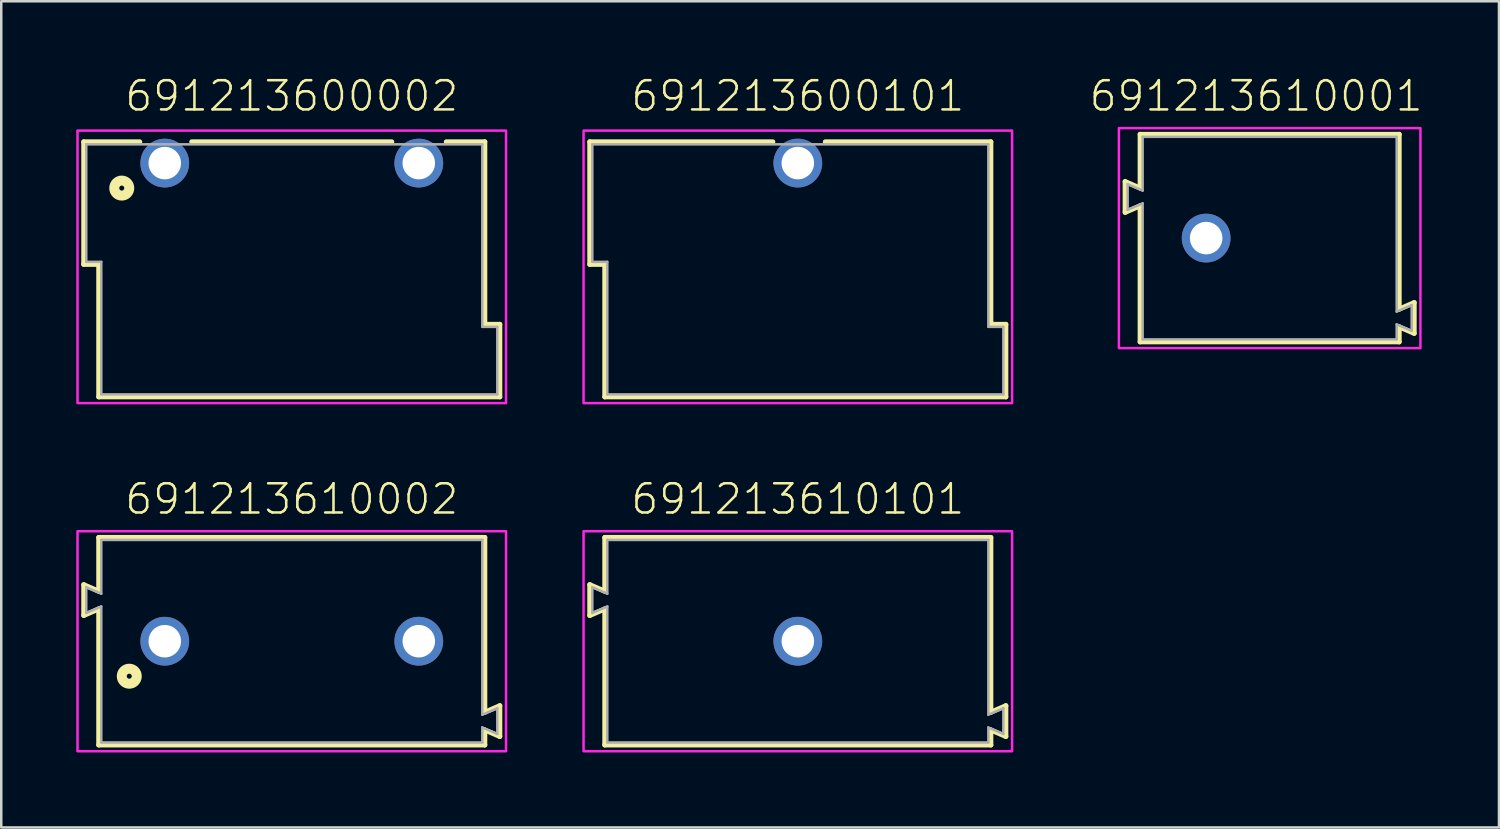
<source format=kicad_pcb>
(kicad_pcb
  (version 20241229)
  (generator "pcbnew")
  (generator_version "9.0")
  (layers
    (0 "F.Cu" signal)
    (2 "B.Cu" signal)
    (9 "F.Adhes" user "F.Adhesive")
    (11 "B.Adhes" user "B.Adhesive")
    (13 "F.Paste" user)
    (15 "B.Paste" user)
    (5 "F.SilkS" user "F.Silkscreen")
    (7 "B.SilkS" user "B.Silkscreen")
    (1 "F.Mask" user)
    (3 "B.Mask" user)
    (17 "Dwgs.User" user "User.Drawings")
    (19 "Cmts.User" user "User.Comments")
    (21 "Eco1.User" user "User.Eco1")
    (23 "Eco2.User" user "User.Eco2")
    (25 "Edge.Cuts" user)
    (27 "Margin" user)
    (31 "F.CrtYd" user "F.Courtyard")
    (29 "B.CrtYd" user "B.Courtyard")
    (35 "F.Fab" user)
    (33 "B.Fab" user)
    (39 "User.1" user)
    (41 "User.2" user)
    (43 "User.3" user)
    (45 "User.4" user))
  (footprint "691213610101"
    (layer "F.Cu")
    (at 28.86 22.596)
    (property "Reference" "691213610101" (at 0 -5 0) (unlocked yes) (layer "F.SilkS") (effects (font (size 1.168 1.168) (thickness 0.102)) (justify bottom)))
    (fp_line (start -8.32 -2.26) (end -7.72 -2) (stroke (width 0.2) (type solid)) (layer "F.SilkS"))
    (fp_line (start -8.32 -1.03) (end -8.32 -2.26) (stroke (width 0.2) (type solid)) (layer "F.SilkS"))
    (fp_line (start -7.72 -4.15) (end 7.72 -4.15) (stroke (width 0.2) (type solid)) (layer "F.SilkS"))
    (fp_line (start -7.72 -2) (end -7.72 -4.15) (stroke (width 0.2) (type solid)) (layer "F.SilkS"))
    (fp_line (start -7.72 -1.29) (end -8.32 -1.03) (stroke (width 0.2) (type solid)) (layer "F.SilkS"))
    (fp_line (start -7.72 4.15) (end -7.72 -1.29) (stroke (width 0.2) (type solid)) (layer "F.SilkS"))
    (fp_line (start 7.72 -4.15) (end 7.72 2.84) (stroke (width 0.2) (type solid)) (layer "F.SilkS"))
    (fp_line (start 7.72 2.84) (end 8.32 2.58) (stroke (width 0.2) (type solid)) (layer "F.SilkS"))
    (fp_line (start 7.72 3.55) (end 7.72 4.15) (stroke (width 0.2) (type solid)) (layer "F.SilkS"))
    (fp_line (start 7.72 4.15) (end -7.72 4.15) (stroke (width 0.2) (type solid)) (layer "F.SilkS"))
    (fp_line (start 8.32 2.58) (end 8.32 3.81) (stroke (width 0.2) (type solid)) (layer "F.SilkS"))
    (fp_line (start 8.32 3.81) (end 7.72 3.55) (stroke (width 0.2) (type solid)) (layer "F.SilkS"))
    (fp_poly (pts (xy 8.57 4.4) (xy -8.57 4.4) (xy -8.57 -4.4) (xy 8.57 -4.4)) (stroke (width 0.1) (type default)) (fill no) (layer "F.CrtYd"))
    (fp_line (start -8.22 -1.13) (end -8.22 -2.16) (stroke (width 0.1) (type solid)) (layer "F.Fab"))
    (fp_line (start -8.22 -1.13) (end -7.62 -1.39) (stroke (width 0.1) (type solid)) (layer "F.Fab"))
    (fp_line (start -7.62 -1.9) (end -8.22 -2.16) (stroke (width 0.1) (type solid)) (layer "F.Fab"))
    (fp_line (start -7.62 -1.9) (end -7.62 -4.05) (stroke (width 0.1) (type solid)) (layer "F.Fab"))
    (fp_line (start -7.62 4.05) (end -7.62 -1.39) (stroke (width 0.1) (type solid)) (layer "F.Fab"))
    (fp_line (start 7.62 -4.05) (end -7.62 -4.05) (stroke (width 0.1) (type solid)) (layer "F.Fab"))
    (fp_line (start 7.62 -4.05) (end 7.62 2.94) (stroke (width 0.1) (type solid)) (layer "F.Fab"))
    (fp_line (start 7.62 2.94) (end 8.22 2.68) (stroke (width 0.1) (type solid)) (layer "F.Fab"))
    (fp_line (start 7.62 3.45) (end 7.62 4.05) (stroke (width 0.1) (type solid)) (layer "F.Fab"))
    (fp_line (start 7.62 3.45) (end 8.22 3.71) (stroke (width 0.1) (type solid)) (layer "F.Fab"))
    (fp_line (start 7.62 4.05) (end -7.62 4.05) (stroke (width 0.1) (type solid)) (layer "F.Fab"))
    (fp_line (start 8.22 3.71) (end 8.22 2.68) (stroke (width 0.1) (type solid)) (layer "F.Fab"))
    (pad "1" thru_hole circle (at 0 0 180) (size 1.95 1.95) (drill 1.3) (layers "*.Cu" "*.Mask")))
  (footprint "691213610002"
    (layer "F.Cu")
    (at 8.62 22.596)
    (property "Reference" "691213610002" (at 0 -5 0) (unlocked yes) (layer "F.SilkS") (effects (font (size 1.168 1.168) (thickness 0.102)) (justify bottom)))
    (fp_line (start -8.32 -2.26) (end -7.72 -2) (stroke (width 0.2) (type solid)) (layer "F.SilkS"))
    (fp_line (start -8.32 -1.03) (end -8.32 -2.26) (stroke (width 0.2) (type solid)) (layer "F.SilkS"))
    (fp_line (start -7.72 -4.15) (end 7.72 -4.15) (stroke (width 0.2) (type solid)) (layer "F.SilkS"))
    (fp_line (start -7.72 -2) (end -7.72 -4.15) (stroke (width 0.2) (type solid)) (layer "F.SilkS"))
    (fp_line (start -7.72 -1.29) (end -8.32 -1.03) (stroke (width 0.2) (type solid)) (layer "F.SilkS"))
    (fp_line (start -7.72 4.15) (end -7.72 -1.29) (stroke (width 0.2) (type solid)) (layer "F.SilkS"))
    (fp_line (start 7.72 -4.15) (end 7.72 2.84) (stroke (width 0.2) (type solid)) (layer "F.SilkS"))
    (fp_line (start 7.72 2.84) (end 8.32 2.58) (stroke (width 0.2) (type solid)) (layer "F.SilkS"))
    (fp_line (start 7.72 3.55) (end 7.72 4.15) (stroke (width 0.2) (type solid)) (layer "F.SilkS"))
    (fp_line (start 7.72 4.15) (end -7.72 4.15) (stroke (width 0.2) (type solid)) (layer "F.SilkS"))
    (fp_line (start 8.32 2.58) (end 8.32 3.81) (stroke (width 0.2) (type solid)) (layer "F.SilkS"))
    (fp_line (start 8.32 3.81) (end 7.72 3.55) (stroke (width 0.2) (type solid)) (layer "F.SilkS"))
    (fp_circle (center -6.5 1.4) (end -6.4 1.4) (stroke (width 0.4) (type solid)) (fill no) (layer "F.SilkS"))
    (fp_poly (pts (xy 8.57 4.4) (xy -8.57 4.4) (xy -8.57 -4.4) (xy 8.57 -4.4)) (stroke (width 0.1) (type default)) (fill no) (layer "F.CrtYd"))
    (fp_line (start -8.22 -1.13) (end -8.22 -2.16) (stroke (width 0.1) (type solid)) (layer "F.Fab"))
    (fp_line (start -8.22 -1.13) (end -7.62 -1.39) (stroke (width 0.1) (type solid)) (layer "F.Fab"))
    (fp_line (start -7.62 -1.9) (end -8.22 -2.16) (stroke (width 0.1) (type solid)) (layer "F.Fab"))
    (fp_line (start -7.62 -1.9) (end -7.62 -4.05) (stroke (width 0.1) (type solid)) (layer "F.Fab"))
    (fp_line (start -7.62 4.05) (end -7.62 -1.39) (stroke (width 0.1) (type solid)) (layer "F.Fab"))
    (fp_line (start 7.62 -4.05) (end -7.62 -4.05) (stroke (width 0.1) (type solid)) (layer "F.Fab"))
    (fp_line (start 7.62 -4.05) (end 7.62 2.94) (stroke (width 0.1) (type solid)) (layer "F.Fab"))
    (fp_line (start 7.62 2.94) (end 8.22 2.68) (stroke (width 0.1) (type solid)) (layer "F.Fab"))
    (fp_line (start 7.62 3.45) (end 7.62 4.05) (stroke (width 0.1) (type solid)) (layer "F.Fab"))
    (fp_line (start 7.62 3.45) (end 8.22 3.71) (stroke (width 0.1) (type solid)) (layer "F.Fab"))
    (fp_line (start 7.62 4.05) (end -7.62 4.05) (stroke (width 0.1) (type solid)) (layer "F.Fab"))
    (fp_line (start 8.22 3.71) (end 8.22 2.68) (stroke (width 0.1) (type solid)) (layer "F.Fab"))
    (pad "1" thru_hole circle (at -5.08 0 180) (size 1.95 1.95) (drill 1.3) (layers "*.Cu" "*.Mask"))
    (pad "2" thru_hole circle (at 5.08 0 180) (size 1.95 1.95) (drill 1.3) (layers "*.Cu" "*.Mask")))
  (footprint "691213600101"
    (layer "F.Cu")
    (at 28.86 3.473)
    (property "Reference" "691213600101" (at 0 -2 0) (unlocked yes) (layer "F.SilkS") (effects (font (size 1.168 1.168) (thickness 0.102)) (justify bottom)))
    (fp_line (start -8.32 -0.85) (end -1 -0.85) (stroke (width 0.2) (type solid)) (layer "F.SilkS"))
    (fp_line (start -8.32 4.05) (end -8.32 -0.85) (stroke (width 0.2) (type solid)) (layer "F.SilkS"))
    (fp_line (start -7.72 4.05) (end -8.32 4.05) (stroke (width 0.2) (type solid)) (layer "F.SilkS"))
    (fp_line (start -7.72 9.35) (end -7.72 4.05) (stroke (width 0.2) (type solid)) (layer "F.SilkS"))
    (fp_line (start 1.1 -0.85) (end 7.72 -0.85) (stroke (width 0.2) (type solid)) (layer "F.SilkS"))
    (fp_line (start 7.72 -0.85) (end 7.72 6.45) (stroke (width 0.2) (type solid)) (layer "F.SilkS"))
    (fp_line (start 7.72 6.45) (end 8.32 6.45) (stroke (width 0.2) (type solid)) (layer "F.SilkS"))
    (fp_line (start 8.32 6.45) (end 8.32 9.35) (stroke (width 0.2) (type solid)) (layer "F.SilkS"))
    (fp_line (start 8.32 9.35) (end -7.72 9.35) (stroke (width 0.2) (type solid)) (layer "F.SilkS"))
    (fp_poly (pts (xy 8.57 9.6) (xy -8.57 9.6) (xy -8.57 -1.3) (xy 8.57 -1.3)) (stroke (width 0.1) (type default)) (fill no) (layer "F.CrtYd"))
    (fp_line (start -8.22 -0.75) (end 7.62 -0.75) (stroke (width 0.1) (type solid)) (layer "F.Fab"))
    (fp_line (start -8.22 3.95) (end -8.22 -0.75) (stroke (width 0.1) (type solid)) (layer "F.Fab"))
    (fp_line (start -8.22 3.95) (end -7.62 3.95) (stroke (width 0.1) (type solid)) (layer "F.Fab"))
    (fp_line (start -7.62 9.25) (end -7.62 3.95) (stroke (width 0.1) (type solid)) (layer "F.Fab"))
    (fp_line (start 7.62 -0.75) (end 7.62 6.55) (stroke (width 0.1) (type solid)) (layer "F.Fab"))
    (fp_line (start 7.62 6.55) (end 8.22 6.55) (stroke (width 0.1) (type solid)) (layer "F.Fab"))
    (fp_line (start 8.22 9.25) (end -7.62 9.25) (stroke (width 0.1) (type solid)) (layer "F.Fab"))
    (fp_line (start 8.22 9.25) (end 8.22 6.55) (stroke (width 0.1) (type solid)) (layer "F.Fab"))
    (pad "1" thru_hole circle (at 0 0 180) (size 1.95 1.95) (drill 1.3) (layers "*.Cu" "*.Mask")))
  (footprint "691213600002"
    (layer "F.Cu")
    (at 8.62 3.473)
    (property "Reference" "691213600002" (at 0 -2 0) (unlocked yes) (layer "F.SilkS") (effects (font (size 1.168 1.168) (thickness 0.102)) (justify bottom)))
    (fp_line (start -8.32 -0.85) (end -6.08 -0.85) (stroke (width 0.2) (type solid)) (layer "F.SilkS"))
    (fp_line (start -8.32 4.05) (end -8.32 -0.85) (stroke (width 0.2) (type solid)) (layer "F.SilkS"))
    (fp_line (start -7.72 4.05) (end -8.32 4.05) (stroke (width 0.2) (type solid)) (layer "F.SilkS"))
    (fp_line (start -7.72 9.35) (end -7.72 4.05) (stroke (width 0.2) (type solid)) (layer "F.SilkS"))
    (fp_line (start -4 -0.85) (end 4 -0.85) (stroke (width 0.2) (type solid)) (layer "F.SilkS"))
    (fp_line (start 6.18 -0.85) (end 7.72 -0.85) (stroke (width 0.2) (type solid)) (layer "F.SilkS"))
    (fp_line (start 7.72 -0.85) (end 7.72 6.45) (stroke (width 0.2) (type solid)) (layer "F.SilkS"))
    (fp_line (start 7.72 6.45) (end 8.32 6.45) (stroke (width 0.2) (type solid)) (layer "F.SilkS"))
    (fp_line (start 8.32 6.45) (end 8.32 9.35) (stroke (width 0.2) (type solid)) (layer "F.SilkS"))
    (fp_line (start 8.32 9.35) (end -7.72 9.35) (stroke (width 0.2) (type solid)) (layer "F.SilkS"))
    (fp_circle (center -6.8 1) (end -6.7 1) (stroke (width 0.4) (type solid)) (fill no) (layer "F.SilkS"))
    (fp_poly (pts (xy 8.57 9.6) (xy -8.57 9.6) (xy -8.57 -1.3) (xy 8.57 -1.3)) (stroke (width 0.1) (type default)) (fill no) (layer "F.CrtYd"))
    (fp_line (start -8.22 -0.75) (end 7.62 -0.75) (stroke (width 0.1) (type solid)) (layer "F.Fab"))
    (fp_line (start -8.22 3.95) (end -8.22 -0.75) (stroke (width 0.1) (type solid)) (layer "F.Fab"))
    (fp_line (start -8.22 3.95) (end -7.62 3.95) (stroke (width 0.1) (type solid)) (layer "F.Fab"))
    (fp_line (start -7.62 9.25) (end -7.62 3.95) (stroke (width 0.1) (type solid)) (layer "F.Fab"))
    (fp_line (start 7.62 -0.75) (end 7.62 6.55) (stroke (width 0.1) (type solid)) (layer "F.Fab"))
    (fp_line (start 7.62 6.55) (end 8.22 6.55) (stroke (width 0.1) (type solid)) (layer "F.Fab"))
    (fp_line (start 8.22 9.25) (end -7.62 9.25) (stroke (width 0.1) (type solid)) (layer "F.Fab"))
    (fp_line (start 8.22 9.25) (end 8.22 6.55) (stroke (width 0.1) (type solid)) (layer "F.Fab"))
    (pad "1" thru_hole circle (at -5.08 0 180) (size 1.95 1.95) (drill 1.3) (layers "*.Cu" "*.Mask"))
    (pad "2" thru_hole circle (at 5.08 0 180) (size 1.95 1.95) (drill 1.3) (layers "*.Cu" "*.Mask")))
  (footprint "691213610001"
    (layer "F.Cu")
    (at 45.192 6.473)
    (property "Reference" "691213610001" (at 2 -5 0) (unlocked yes) (layer "F.SilkS") (effects (font (size 1.168 1.168) (thickness 0.102)) (justify bottom)))
    (fp_line (start -3.24 -2.26) (end -2.64 -2) (stroke (width 0.2) (type solid)) (layer "F.SilkS"))
    (fp_line (start -3.24 -1.03) (end -3.24 -2.26) (stroke (width 0.2) (type solid)) (layer "F.SilkS"))
    (fp_line (start -2.64 -4.15) (end 7.72 -4.15) (stroke (width 0.2) (type solid)) (layer "F.SilkS"))
    (fp_line (start -2.64 -2) (end -2.64 -4.15) (stroke (width 0.2) (type solid)) (layer "F.SilkS"))
    (fp_line (start -2.64 -1.29) (end -3.24 -1.03) (stroke (width 0.2) (type solid)) (layer "F.SilkS"))
    (fp_line (start -2.64 4.15) (end -2.64 -1.29) (stroke (width 0.2) (type solid)) (layer "F.SilkS"))
    (fp_line (start 7.72 -4.15) (end 7.72 2.84) (stroke (width 0.2) (type solid)) (layer "F.SilkS"))
    (fp_line (start 7.72 2.84) (end 8.32 2.58) (stroke (width 0.2) (type solid)) (layer "F.SilkS"))
    (fp_line (start 7.72 3.55) (end 7.72 4.15) (stroke (width 0.2) (type solid)) (layer "F.SilkS"))
    (fp_line (start 7.72 4.15) (end -2.64 4.15) (stroke (width 0.2) (type solid)) (layer "F.SilkS"))
    (fp_line (start 8.32 2.58) (end 8.32 3.81) (stroke (width 0.2) (type solid)) (layer "F.SilkS"))
    (fp_line (start 8.32 3.81) (end 7.72 3.55) (stroke (width 0.2) (type solid)) (layer "F.SilkS"))
    (fp_poly (pts (xy 8.57 4.4) (xy -3.49 4.4) (xy -3.49 -4.4) (xy 8.57 -4.4)) (stroke (width 0.1) (type default)) (fill no) (layer "F.CrtYd"))
    (fp_line (start -3.14 -1.13) (end -3.14 -2.16) (stroke (width 0.1) (type solid)) (layer "F.Fab"))
    (fp_line (start -3.14 -1.13) (end -2.54 -1.39) (stroke (width 0.1) (type solid)) (layer "F.Fab"))
    (fp_line (start -2.54 -1.9) (end -3.14 -2.16) (stroke (width 0.1) (type solid)) (layer "F.Fab"))
    (fp_line (start -2.54 -1.9) (end -2.54 -4.05) (stroke (width 0.1) (type solid)) (layer "F.Fab"))
    (fp_line (start -2.54 4.05) (end -2.54 -1.39) (stroke (width 0.1) (type solid)) (layer "F.Fab"))
    (fp_line (start 7.62 -4.05) (end -2.54 -4.05) (stroke (width 0.1) (type solid)) (layer "F.Fab"))
    (fp_line (start 7.62 -4.05) (end 7.62 2.94) (stroke (width 0.1) (type solid)) (layer "F.Fab"))
    (fp_line (start 7.62 2.94) (end 8.22 2.68) (stroke (width 0.1) (type solid)) (layer "F.Fab"))
    (fp_line (start 7.62 3.45) (end 7.62 4.05) (stroke (width 0.1) (type solid)) (layer "F.Fab"))
    (fp_line (start 7.62 3.45) (end 8.22 3.71) (stroke (width 0.1) (type solid)) (layer "F.Fab"))
    (fp_line (start 7.62 4.05) (end -2.54 4.05) (stroke (width 0.1) (type solid)) (layer "F.Fab"))
    (fp_line (start 8.22 3.71) (end 8.22 2.68) (stroke (width 0.1) (type solid)) (layer "F.Fab"))
    (pad "1" thru_hole circle (at 0 0 180) (size 1.95 1.95) (drill 1.3) (layers "*.Cu" "*.Mask")))
  (gr_rect
    (start -3 -3)
    (end 56.904 30.046)
    (stroke (width 0.1) (type default))
    (fill no)
    (layer "Edge.Cuts")))
</source>
